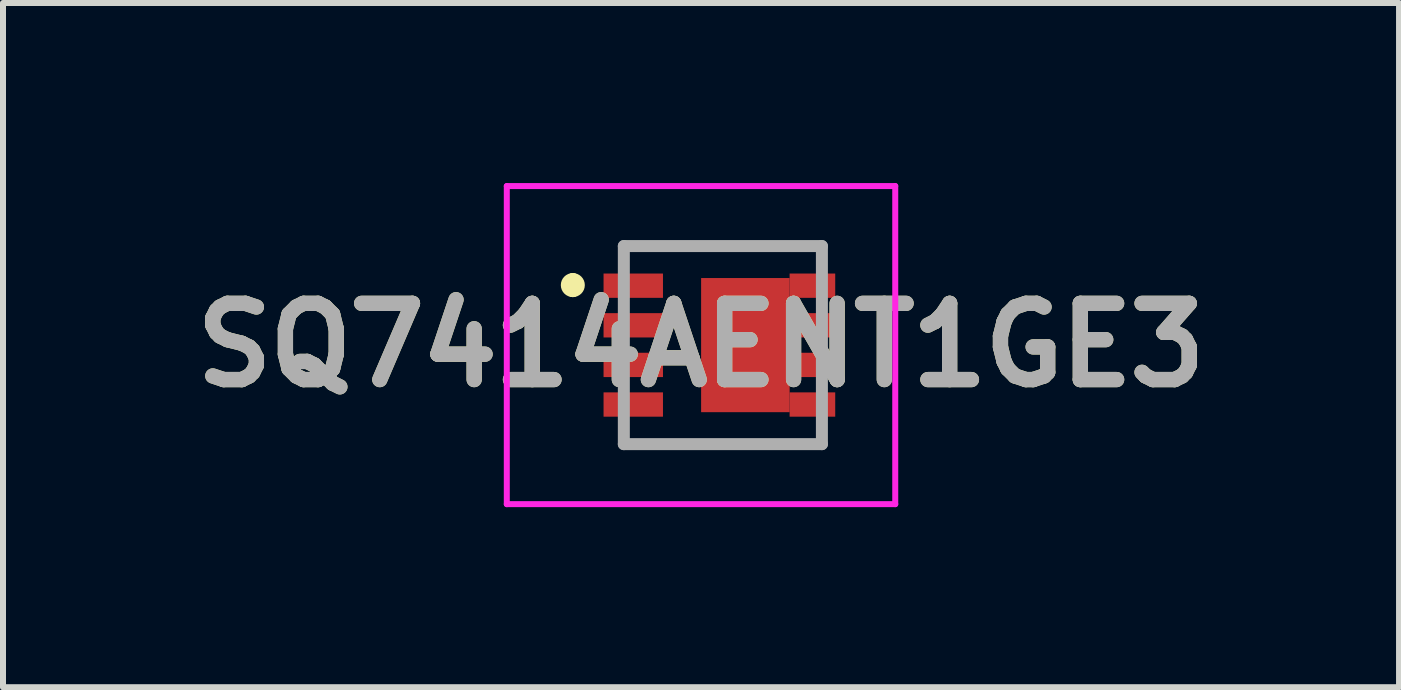
<source format=kicad_pcb>
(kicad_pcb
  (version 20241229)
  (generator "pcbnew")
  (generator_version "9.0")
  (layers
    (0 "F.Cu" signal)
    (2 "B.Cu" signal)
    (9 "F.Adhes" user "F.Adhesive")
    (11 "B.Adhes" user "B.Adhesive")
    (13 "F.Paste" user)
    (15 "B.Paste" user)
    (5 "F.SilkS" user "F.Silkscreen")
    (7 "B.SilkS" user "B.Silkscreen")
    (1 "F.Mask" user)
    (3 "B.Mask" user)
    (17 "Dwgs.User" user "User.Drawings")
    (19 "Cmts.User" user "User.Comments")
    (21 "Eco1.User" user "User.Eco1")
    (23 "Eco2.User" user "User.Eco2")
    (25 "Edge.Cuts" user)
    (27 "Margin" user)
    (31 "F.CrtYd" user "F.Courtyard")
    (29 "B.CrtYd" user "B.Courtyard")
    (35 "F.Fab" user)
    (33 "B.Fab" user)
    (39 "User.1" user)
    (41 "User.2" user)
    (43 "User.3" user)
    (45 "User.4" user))
  (footprint "SQ7414AENT1GE3"
    (layer "F.Cu")
    (at 8.519 2.7)
    (property "Reference" "SQ7414AENT1GE3" (at 0.111 0 0) (layer "F.SilkS") (effects (font (size 1.27 1.27) (thickness 0.254))))
    (attr smd)
    (fp_line (start -2.025 -1.1) (end -2.025 -1.1) (stroke (width 0.2) (type solid)) (layer "F.SilkS"))
    (fp_line (start -2.025 -0.9) (end -2.025 -0.9) (stroke (width 0.2) (type solid)) (layer "F.SilkS"))
    (fp_line (start -1.175 -1.65) (end 2.125 -1.65) (stroke (width 0.1) (type solid)) (layer "F.SilkS"))
    (fp_line (start -1.175 -1.5) (end -1.175 -1.65) (stroke (width 0.1) (type solid)) (layer "F.SilkS"))
    (fp_line (start -1.175 1.5) (end -1.175 1.65) (stroke (width 0.1) (type solid)) (layer "F.SilkS"))
    (fp_line (start -1.175 1.65) (end 2.125 1.65) (stroke (width 0.1) (type solid)) (layer "F.SilkS"))
    (fp_line (start 2.125 -1.65) (end 2.125 -1.5) (stroke (width 0.1) (type solid)) (layer "F.SilkS"))
    (fp_line (start 2.125 1.65) (end 2.125 1.5) (stroke (width 0.1) (type solid)) (layer "F.SilkS"))
    (fp_arc (start -2.025 -1.1) (mid -1.925 -1) (end -2.025 -0.9) (stroke (width 0.2) (type solid)) (layer "F.SilkS"))
    (fp_arc (start -2.025 -0.9) (mid -2.125 -1) (end -2.025 -1.1) (stroke (width 0.2) (type solid)) (layer "F.SilkS"))
    (fp_line (start -3.125 -2.65) (end 3.347 -2.65) (stroke (width 0.1) (type solid)) (layer "F.CrtYd"))
    (fp_line (start -3.125 2.65) (end -3.125 -2.65) (stroke (width 0.1) (type solid)) (layer "F.CrtYd"))
    (fp_line (start 3.347 -2.65) (end 3.347 2.65) (stroke (width 0.1) (type solid)) (layer "F.CrtYd"))
    (fp_line (start 3.347 2.65) (end -3.125 2.65) (stroke (width 0.1) (type solid)) (layer "F.CrtYd"))
    (fp_line (start -1.175 -1.65) (end 2.125 -1.65) (stroke (width 0.2) (type solid)) (layer "F.Fab"))
    (fp_line (start -1.175 1.65) (end -1.175 -1.65) (stroke (width 0.2) (type solid)) (layer "F.Fab"))
    (fp_line (start 2.125 -1.65) (end 2.125 1.65) (stroke (width 0.2) (type solid)) (layer "F.Fab"))
    (fp_line (start 2.125 1.65) (end -1.175 1.65) (stroke (width 0.2) (type solid)) (layer "F.Fab"))
    (fp_text user "${REFERENCE}" (at 0.111 0 0) (layer "F.Fab") (effects (font (size 1.27 1.27) (thickness 0.254))))
    (pad "1" smd rect (at -1.018 -0.99 90) (size 0.405 0.99) (layers "F.Cu" "F.Mask" "F.Paste"))
    (pad "2" smd rect (at -1.018 -0.33 90) (size 0.405 0.99) (layers "F.Cu" "F.Mask" "F.Paste"))
    (pad "3" smd rect (at -1.018 0.33 90) (size 0.405 0.99) (layers "F.Cu" "F.Mask" "F.Paste"))
    (pad "4" smd rect (at -1.018 0.99 90) (size 0.405 0.99) (layers "F.Cu" "F.Mask" "F.Paste"))
    (pad "5" smd rect (at 1.967 0.99 90) (size 0.405 0.76) (layers "F.Cu" "F.Mask" "F.Paste"))
    (pad "6" smd rect (at 1.967 0.33 90) (size 0.405 0.76) (layers "F.Cu" "F.Mask" "F.Paste"))
    (pad "7" smd rect (at 1.967 -0.33 90) (size 0.405 0.76) (layers "F.Cu" "F.Mask" "F.Paste"))
    (pad "8" smd rect (at 1.967 -0.99 90) (size 0.405 0.76) (layers "F.Cu" "F.Mask" "F.Paste"))
    (pad "9" smd rect (at 0.85 0) (size 1.475 2.235) (layers "F.Cu" "F.Mask" "F.Paste")))
  (gr_rect
    (start -3 -3)
    (end 20.26 8.4)
    (stroke (width 0.1) (type default))
    (fill no)
    (layer "Edge.Cuts")))
</source>
